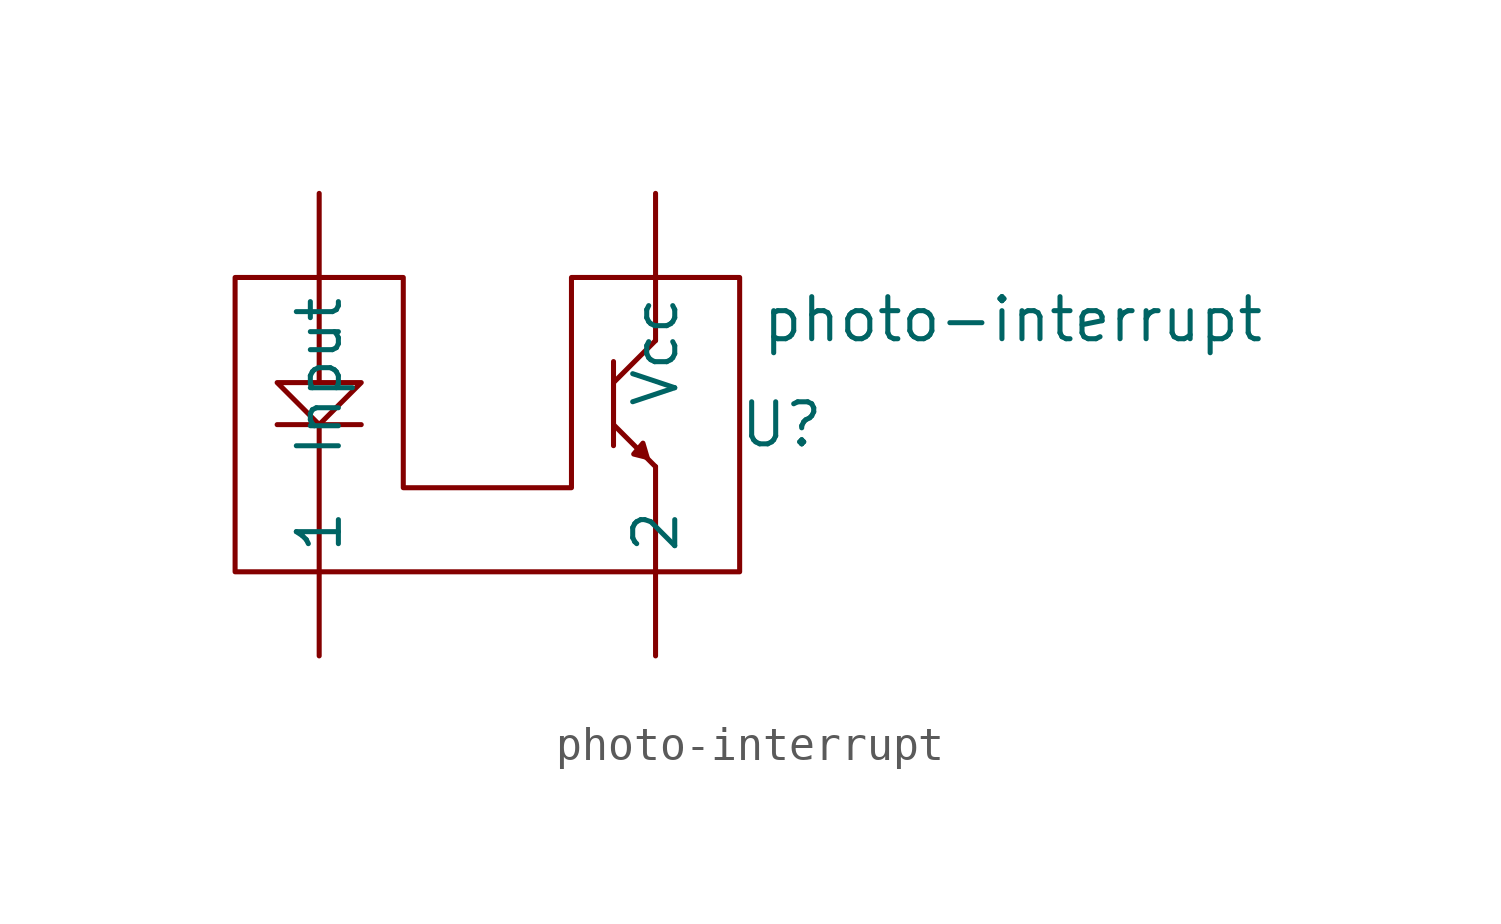
<source format=kicad_sym>
(kicad_symbol_lib
  (version 20211014)
  (generator kicad_symbol_editor)
  (symbol "photo-interrupt"
    (property "Reference" "U"
      (at 8.89 1.905 0)
      (effects (font (size 1.27 1.27))))
    (property "Value" "photo-interrupt"
      (at 15.875 5.08 0)
      (effects (font (size 1.27 1.27))))
    (symbol "photo-interrupt_0_1"
      (polyline (pts (xy -6.35 1.905) (xy -3.81 1.905)) (stroke (width 0) (type default) (color 0 0 0 0)) (fill (type none)))
      (polyline (pts (xy -5.08 1.905) (xy -5.08 -2.54)) (stroke (width 0) (type default) (color 0 0 0 0)) (fill (type none)))
      (polyline (pts (xy 3.81 3.81) (xy 3.81 1.27)) (stroke (width 0) (type default) (color 0 0 0 0)) (fill (type none)))
      (polyline (pts (xy 5.08 0.635) (xy 5.08 -2.54)) (stroke (width 0) (type default) (color 0 0 0 0)) (fill (type none)))
      (polyline (pts (xy 5.08 6.35) (xy 5.08 4.445)) (stroke (width 0) (type default) (color 0 0 0 0)) (fill (type none)))
      (polyline (pts (xy 5.08 4.445) (xy 3.81 3.175) (xy 3.81 1.905) (xy 5.08 0.635)) (stroke (width 0) (type default) (color 0 0 0 0)) (fill (type none)))
      (polyline (pts (xy -5.08 6.35) (xy -5.08 3.175) (xy -6.35 3.175) (xy -5.08 1.905) (xy -3.81 3.175) (xy -5.08 3.175)) (stroke (width 0) (type default) (color 0 0 0 0)) (fill (type none)))
      (polyline (pts (xy 4.826 0.914) (xy 4.699 1.346) (xy 4.42 1.016) (xy 4.826 0.914) (xy 4.674 1.143) (xy 4.572 1.067)) (stroke (width 0) (type default) (color 0 0 0 0)) (fill (type none)))
      (polyline (pts (xy -7.62 -2.54) (xy 7.62 -2.54) (xy 7.62 6.35) (xy 2.54 6.35) (xy 2.54 0) (xy -2.54 0) (xy -2.54 6.35) (xy -7.62 6.35) (xy -7.62 -2.54)) (stroke (width 0) (type default) (color 0 0 0 0)) (fill (type none))))
    (symbol "photo-interrupt_1_1"
      (pin input line (at -5.08 -5.08 90) (length 2.54) (name "1" (effects (font (size 1.27 1.27)))) (number "" (effects (font (size 1.27 1.27)))))
      (pin input line (at 5.08 -5.08 90) (length 2.54) (name "2" (effects (font (size 1.27 1.27)))) (number "" (effects (font (size 1.27 1.27)))))
      (pin input line (at -5.08 8.89 270) (length 2.54) (name "Input" (effects (font (size 1.27 1.27)))) (number "" (effects (font (size 1.27 1.27)))))
      (pin input line (at 5.08 8.89 270) (length 2.54) (name "Vcc" (effects (font (size 1.27 1.27)))) (number "" (effects (font (size 1.27 1.27))))))))
</source>
